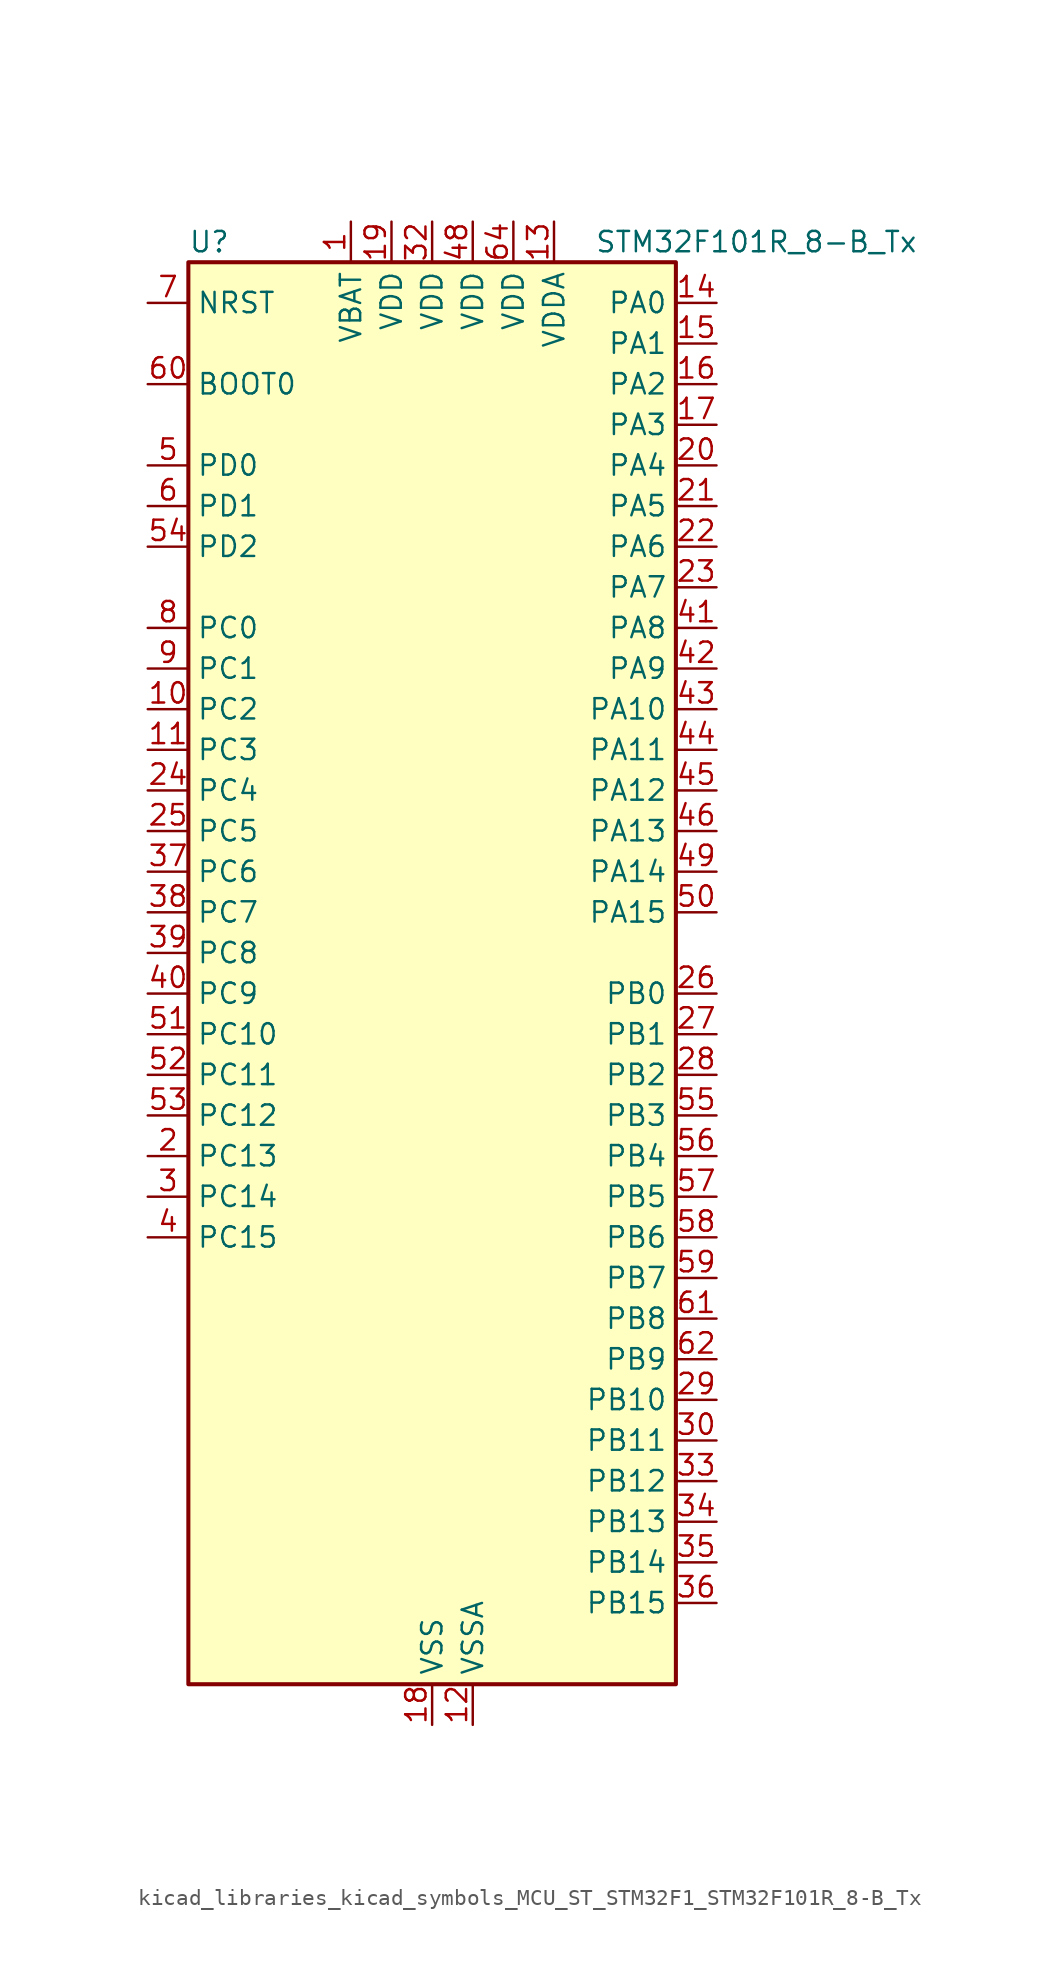
<source format=kicad_sym>
(kicad_symbol_lib
  (version 20220914)
  (generator kicad_symbol_editor)
  (symbol "kicad_libraries_kicad_symbols_MCU_ST_STM32F1_STM32F101R_8-B_Tx"
    (property "Reference" "U"
      (at -15.24 46.99 0)
      (effects (font (size 1.27 1.27)) (justify left)))
    (property "Value" "STM32F101R_8-B_Tx"
      (at 10.16 46.99 0)
      (effects (font (size 1.27 1.27)) (justify left)))
    (property "ki_locked" ""
      (at 0 0 0)
      (effects (font (size 1.27 1.27))))
    (symbol "kicad_libraries_kicad_symbols_MCU_ST_STM32F1_STM32F101R_8-B_Tx_0_1"
      (rectangle (start -15.24 -43.18) (end 15.24 45.72) (stroke (width 0.254) (type default)) (fill (type background))))
    (symbol "kicad_libraries_kicad_symbols_MCU_ST_STM32F1_STM32F101R_8-B_Tx_1_1"
      (pin power_in line (at -5.08 48.26 270) (length 2.54) (name "VBAT" (effects (font (size 1.27 1.27)))) (number "1" (effects (font (size 1.27 1.27)))))
      (pin bidirectional line (at -17.78 17.78 0) (length 2.54) (name "PC2" (effects (font (size 1.27 1.27)))) (number "10" (effects (font (size 1.27 1.27)))) (alternate "ADC1_IN12" bidirectional line))
      (pin bidirectional line (at -17.78 15.24 0) (length 2.54) (name "PC3" (effects (font (size 1.27 1.27)))) (number "11" (effects (font (size 1.27 1.27)))) (alternate "ADC1_IN13" bidirectional line))
      (pin power_in line (at 2.54 -45.72 90) (length 2.54) (name "VSSA" (effects (font (size 1.27 1.27)))) (number "12" (effects (font (size 1.27 1.27)))))
      (pin power_in line (at 7.62 48.26 270) (length 2.54) (name "VDDA" (effects (font (size 1.27 1.27)))) (number "13" (effects (font (size 1.27 1.27)))))
      (pin bidirectional line (at 17.78 43.18 180) (length 2.54) (name "PA0" (effects (font (size 1.27 1.27)))) (number "14" (effects (font (size 1.27 1.27)))) (alternate "ADC1_IN0" bidirectional line) (alternate "SYS_WKUP" bidirectional line) (alternate "TIM2_CH1" bidirectional line) (alternate "TIM2_ETR" bidirectional line) (alternate "USART2_CTS" bidirectional line))
      (pin bidirectional line (at 17.78 40.64 180) (length 2.54) (name "PA1" (effects (font (size 1.27 1.27)))) (number "15" (effects (font (size 1.27 1.27)))) (alternate "ADC1_IN1" bidirectional line) (alternate "TIM2_CH2" bidirectional line) (alternate "USART2_RTS" bidirectional line))
      (pin bidirectional line (at 17.78 38.1 180) (length 2.54) (name "PA2" (effects (font (size 1.27 1.27)))) (number "16" (effects (font (size 1.27 1.27)))) (alternate "ADC1_IN2" bidirectional line) (alternate "TIM2_CH3" bidirectional line) (alternate "USART2_TX" bidirectional line))
      (pin bidirectional line (at 17.78 35.56 180) (length 2.54) (name "PA3" (effects (font (size 1.27 1.27)))) (number "17" (effects (font (size 1.27 1.27)))) (alternate "ADC1_IN3" bidirectional line) (alternate "TIM2_CH4" bidirectional line) (alternate "USART2_RX" bidirectional line))
      (pin power_in line (at 0 -45.72 90) (length 2.54) (name "VSS" (effects (font (size 1.27 1.27)))) (number "18" (effects (font (size 1.27 1.27)))))
      (pin power_in line (at -2.54 48.26 270) (length 2.54) (name "VDD" (effects (font (size 1.27 1.27)))) (number "19" (effects (font (size 1.27 1.27)))))
      (pin bidirectional line (at -17.78 -10.16 0) (length 2.54) (name "PC13" (effects (font (size 1.27 1.27)))) (number "2" (effects (font (size 1.27 1.27)))) (alternate "RTC_OUT" bidirectional line) (alternate "RTC_TAMPER" bidirectional line))
      (pin bidirectional line (at 17.78 33.02 180) (length 2.54) (name "PA4" (effects (font (size 1.27 1.27)))) (number "20" (effects (font (size 1.27 1.27)))) (alternate "ADC1_IN4" bidirectional line) (alternate "SPI1_NSS" bidirectional line) (alternate "USART2_CK" bidirectional line))
      (pin bidirectional line (at 17.78 30.48 180) (length 2.54) (name "PA5" (effects (font (size 1.27 1.27)))) (number "21" (effects (font (size 1.27 1.27)))) (alternate "ADC1_IN5" bidirectional line) (alternate "SPI1_SCK" bidirectional line))
      (pin bidirectional line (at 17.78 27.94 180) (length 2.54) (name "PA6" (effects (font (size 1.27 1.27)))) (number "22" (effects (font (size 1.27 1.27)))) (alternate "ADC1_IN6" bidirectional line) (alternate "SPI1_MISO" bidirectional line) (alternate "TIM3_CH1" bidirectional line))
      (pin bidirectional line (at 17.78 25.4 180) (length 2.54) (name "PA7" (effects (font (size 1.27 1.27)))) (number "23" (effects (font (size 1.27 1.27)))) (alternate "ADC1_IN7" bidirectional line) (alternate "SPI1_MOSI" bidirectional line) (alternate "TIM3_CH2" bidirectional line))
      (pin bidirectional line (at -17.78 12.7 0) (length 2.54) (name "PC4" (effects (font (size 1.27 1.27)))) (number "24" (effects (font (size 1.27 1.27)))) (alternate "ADC1_IN14" bidirectional line))
      (pin bidirectional line (at -17.78 10.16 0) (length 2.54) (name "PC5" (effects (font (size 1.27 1.27)))) (number "25" (effects (font (size 1.27 1.27)))) (alternate "ADC1_IN15" bidirectional line))
      (pin bidirectional line (at 17.78 0 180) (length 2.54) (name "PB0" (effects (font (size 1.27 1.27)))) (number "26" (effects (font (size 1.27 1.27)))) (alternate "ADC1_IN8" bidirectional line) (alternate "TIM3_CH3" bidirectional line))
      (pin bidirectional line (at 17.78 -2.54 180) (length 2.54) (name "PB1" (effects (font (size 1.27 1.27)))) (number "27" (effects (font (size 1.27 1.27)))) (alternate "ADC1_IN9" bidirectional line) (alternate "TIM3_CH4" bidirectional line))
      (pin bidirectional line (at 17.78 -5.08 180) (length 2.54) (name "PB2" (effects (font (size 1.27 1.27)))) (number "28" (effects (font (size 1.27 1.27)))))
      (pin bidirectional line (at 17.78 -25.4 180) (length 2.54) (name "PB10" (effects (font (size 1.27 1.27)))) (number "29" (effects (font (size 1.27 1.27)))) (alternate "I2C2_SCL" bidirectional line) (alternate "TIM2_CH3" bidirectional line) (alternate "USART3_TX" bidirectional line))
      (pin bidirectional line (at -17.78 -12.7 0) (length 2.54) (name "PC14" (effects (font (size 1.27 1.27)))) (number "3" (effects (font (size 1.27 1.27)))) (alternate "RCC_OSC32_IN" bidirectional line))
      (pin bidirectional line (at 17.78 -27.94 180) (length 2.54) (name "PB11" (effects (font (size 1.27 1.27)))) (number "30" (effects (font (size 1.27 1.27)))) (alternate "ADC1_EXTI11" bidirectional line) (alternate "I2C2_SDA" bidirectional line) (alternate "TIM2_CH4" bidirectional line) (alternate "USART3_RX" bidirectional line))
      (pin passive line (at 0 -45.72 90) (length 2.54) hide (name "VSS" (effects (font (size 1.27 1.27)))) (number "31" (effects (font (size 1.27 1.27)))))
      (pin power_in line (at 0 48.26 270) (length 2.54) (name "VDD" (effects (font (size 1.27 1.27)))) (number "32" (effects (font (size 1.27 1.27)))))
      (pin bidirectional line (at 17.78 -30.48 180) (length 2.54) (name "PB12" (effects (font (size 1.27 1.27)))) (number "33" (effects (font (size 1.27 1.27)))) (alternate "I2C2_SMBA" bidirectional line) (alternate "SPI2_NSS" bidirectional line) (alternate "USART3_CK" bidirectional line))
      (pin bidirectional line (at 17.78 -33.02 180) (length 2.54) (name "PB13" (effects (font (size 1.27 1.27)))) (number "34" (effects (font (size 1.27 1.27)))) (alternate "SPI2_SCK" bidirectional line) (alternate "USART3_CTS" bidirectional line))
      (pin bidirectional line (at 17.78 -35.56 180) (length 2.54) (name "PB14" (effects (font (size 1.27 1.27)))) (number "35" (effects (font (size 1.27 1.27)))) (alternate "SPI2_MISO" bidirectional line) (alternate "USART3_RTS" bidirectional line))
      (pin bidirectional line (at 17.78 -38.1 180) (length 2.54) (name "PB15" (effects (font (size 1.27 1.27)))) (number "36" (effects (font (size 1.27 1.27)))) (alternate "ADC1_EXTI15" bidirectional line) (alternate "SPI2_MOSI" bidirectional line))
      (pin bidirectional line (at -17.78 7.62 0) (length 2.54) (name "PC6" (effects (font (size 1.27 1.27)))) (number "37" (effects (font (size 1.27 1.27)))) (alternate "TIM3_CH1" bidirectional line))
      (pin bidirectional line (at -17.78 5.08 0) (length 2.54) (name "PC7" (effects (font (size 1.27 1.27)))) (number "38" (effects (font (size 1.27 1.27)))) (alternate "TIM3_CH2" bidirectional line))
      (pin bidirectional line (at -17.78 2.54 0) (length 2.54) (name "PC8" (effects (font (size 1.27 1.27)))) (number "39" (effects (font (size 1.27 1.27)))) (alternate "TIM3_CH3" bidirectional line))
      (pin bidirectional line (at -17.78 -15.24 0) (length 2.54) (name "PC15" (effects (font (size 1.27 1.27)))) (number "4" (effects (font (size 1.27 1.27)))) (alternate "ADC1_EXTI15" bidirectional line) (alternate "RCC_OSC32_OUT" bidirectional line))
      (pin bidirectional line (at -17.78 0 0) (length 2.54) (name "PC9" (effects (font (size 1.27 1.27)))) (number "40" (effects (font (size 1.27 1.27)))) (alternate "TIM3_CH4" bidirectional line))
      (pin bidirectional line (at 17.78 22.86 180) (length 2.54) (name "PA8" (effects (font (size 1.27 1.27)))) (number "41" (effects (font (size 1.27 1.27)))) (alternate "RCC_MCO" bidirectional line) (alternate "USART1_CK" bidirectional line))
      (pin bidirectional line (at 17.78 20.32 180) (length 2.54) (name "PA9" (effects (font (size 1.27 1.27)))) (number "42" (effects (font (size 1.27 1.27)))) (alternate "USART1_TX" bidirectional line))
      (pin bidirectional line (at 17.78 17.78 180) (length 2.54) (name "PA10" (effects (font (size 1.27 1.27)))) (number "43" (effects (font (size 1.27 1.27)))) (alternate "USART1_RX" bidirectional line))
      (pin bidirectional line (at 17.78 15.24 180) (length 2.54) (name "PA11" (effects (font (size 1.27 1.27)))) (number "44" (effects (font (size 1.27 1.27)))) (alternate "ADC1_EXTI11" bidirectional line) (alternate "USART1_CTS" bidirectional line))
      (pin bidirectional line (at 17.78 12.7 180) (length 2.54) (name "PA12" (effects (font (size 1.27 1.27)))) (number "45" (effects (font (size 1.27 1.27)))) (alternate "USART1_RTS" bidirectional line))
      (pin bidirectional line (at 17.78 10.16 180) (length 2.54) (name "PA13" (effects (font (size 1.27 1.27)))) (number "46" (effects (font (size 1.27 1.27)))) (alternate "SYS_JTMS-SWDIO" bidirectional line))
      (pin passive line (at 0 -45.72 90) (length 2.54) hide (name "VSS" (effects (font (size 1.27 1.27)))) (number "47" (effects (font (size 1.27 1.27)))))
      (pin power_in line (at 2.54 48.26 270) (length 2.54) (name "VDD" (effects (font (size 1.27 1.27)))) (number "48" (effects (font (size 1.27 1.27)))))
      (pin bidirectional line (at 17.78 7.62 180) (length 2.54) (name "PA14" (effects (font (size 1.27 1.27)))) (number "49" (effects (font (size 1.27 1.27)))) (alternate "SYS_JTCK-SWCLK" bidirectional line))
      (pin bidirectional line (at -17.78 33.02 0) (length 2.54) (name "PD0" (effects (font (size 1.27 1.27)))) (number "5" (effects (font (size 1.27 1.27)))) (alternate "RCC_OSC_IN" bidirectional line))
      (pin bidirectional line (at 17.78 5.08 180) (length 2.54) (name "PA15" (effects (font (size 1.27 1.27)))) (number "50" (effects (font (size 1.27 1.27)))) (alternate "ADC1_EXTI15" bidirectional line) (alternate "SPI1_NSS" bidirectional line) (alternate "SYS_JTDI" bidirectional line) (alternate "TIM2_CH1" bidirectional line) (alternate "TIM2_ETR" bidirectional line))
      (pin bidirectional line (at -17.78 -2.54 0) (length 2.54) (name "PC10" (effects (font (size 1.27 1.27)))) (number "51" (effects (font (size 1.27 1.27)))) (alternate "USART3_TX" bidirectional line))
      (pin bidirectional line (at -17.78 -5.08 0) (length 2.54) (name "PC11" (effects (font (size 1.27 1.27)))) (number "52" (effects (font (size 1.27 1.27)))) (alternate "ADC1_EXTI11" bidirectional line) (alternate "USART3_RX" bidirectional line))
      (pin bidirectional line (at -17.78 -7.62 0) (length 2.54) (name "PC12" (effects (font (size 1.27 1.27)))) (number "53" (effects (font (size 1.27 1.27)))) (alternate "USART3_CK" bidirectional line))
      (pin bidirectional line (at -17.78 27.94 0) (length 2.54) (name "PD2" (effects (font (size 1.27 1.27)))) (number "54" (effects (font (size 1.27 1.27)))) (alternate "TIM3_ETR" bidirectional line))
      (pin bidirectional line (at 17.78 -7.62 180) (length 2.54) (name "PB3" (effects (font (size 1.27 1.27)))) (number "55" (effects (font (size 1.27 1.27)))) (alternate "SPI1_SCK" bidirectional line) (alternate "SYS_JTDO-TRACESWO" bidirectional line) (alternate "TIM2_CH2" bidirectional line))
      (pin bidirectional line (at 17.78 -10.16 180) (length 2.54) (name "PB4" (effects (font (size 1.27 1.27)))) (number "56" (effects (font (size 1.27 1.27)))) (alternate "SPI1_MISO" bidirectional line) (alternate "SYS_NJTRST" bidirectional line) (alternate "TIM3_CH1" bidirectional line))
      (pin bidirectional line (at 17.78 -12.7 180) (length 2.54) (name "PB5" (effects (font (size 1.27 1.27)))) (number "57" (effects (font (size 1.27 1.27)))) (alternate "I2C1_SMBA" bidirectional line) (alternate "SPI1_MOSI" bidirectional line) (alternate "TIM3_CH2" bidirectional line))
      (pin bidirectional line (at 17.78 -15.24 180) (length 2.54) (name "PB6" (effects (font (size 1.27 1.27)))) (number "58" (effects (font (size 1.27 1.27)))) (alternate "I2C1_SCL" bidirectional line) (alternate "TIM4_CH1" bidirectional line) (alternate "USART1_TX" bidirectional line))
      (pin bidirectional line (at 17.78 -17.78 180) (length 2.54) (name "PB7" (effects (font (size 1.27 1.27)))) (number "59" (effects (font (size 1.27 1.27)))) (alternate "I2C1_SDA" bidirectional line) (alternate "TIM4_CH2" bidirectional line) (alternate "USART1_RX" bidirectional line))
      (pin bidirectional line (at -17.78 30.48 0) (length 2.54) (name "PD1" (effects (font (size 1.27 1.27)))) (number "6" (effects (font (size 1.27 1.27)))) (alternate "RCC_OSC_OUT" bidirectional line))
      (pin input line (at -17.78 38.1 0) (length 2.54) (name "BOOT0" (effects (font (size 1.27 1.27)))) (number "60" (effects (font (size 1.27 1.27)))))
      (pin bidirectional line (at 17.78 -20.32 180) (length 2.54) (name "PB8" (effects (font (size 1.27 1.27)))) (number "61" (effects (font (size 1.27 1.27)))) (alternate "I2C1_SCL" bidirectional line) (alternate "TIM4_CH3" bidirectional line))
      (pin bidirectional line (at 17.78 -22.86 180) (length 2.54) (name "PB9" (effects (font (size 1.27 1.27)))) (number "62" (effects (font (size 1.27 1.27)))) (alternate "I2C1_SDA" bidirectional line) (alternate "TIM4_CH4" bidirectional line))
      (pin passive line (at 0 -45.72 90) (length 2.54) hide (name "VSS" (effects (font (size 1.27 1.27)))) (number "63" (effects (font (size 1.27 1.27)))))
      (pin power_in line (at 5.08 48.26 270) (length 2.54) (name "VDD" (effects (font (size 1.27 1.27)))) (number "64" (effects (font (size 1.27 1.27)))))
      (pin input line (at -17.78 43.18 0) (length 2.54) (name "NRST" (effects (font (size 1.27 1.27)))) (number "7" (effects (font (size 1.27 1.27)))))
      (pin bidirectional line (at -17.78 22.86 0) (length 2.54) (name "PC0" (effects (font (size 1.27 1.27)))) (number "8" (effects (font (size 1.27 1.27)))) (alternate "ADC1_IN10" bidirectional line))
      (pin bidirectional line (at -17.78 20.32 0) (length 2.54) (name "PC1" (effects (font (size 1.27 1.27)))) (number "9" (effects (font (size 1.27 1.27)))) (alternate "ADC1_IN11" bidirectional line)))))
</source>
